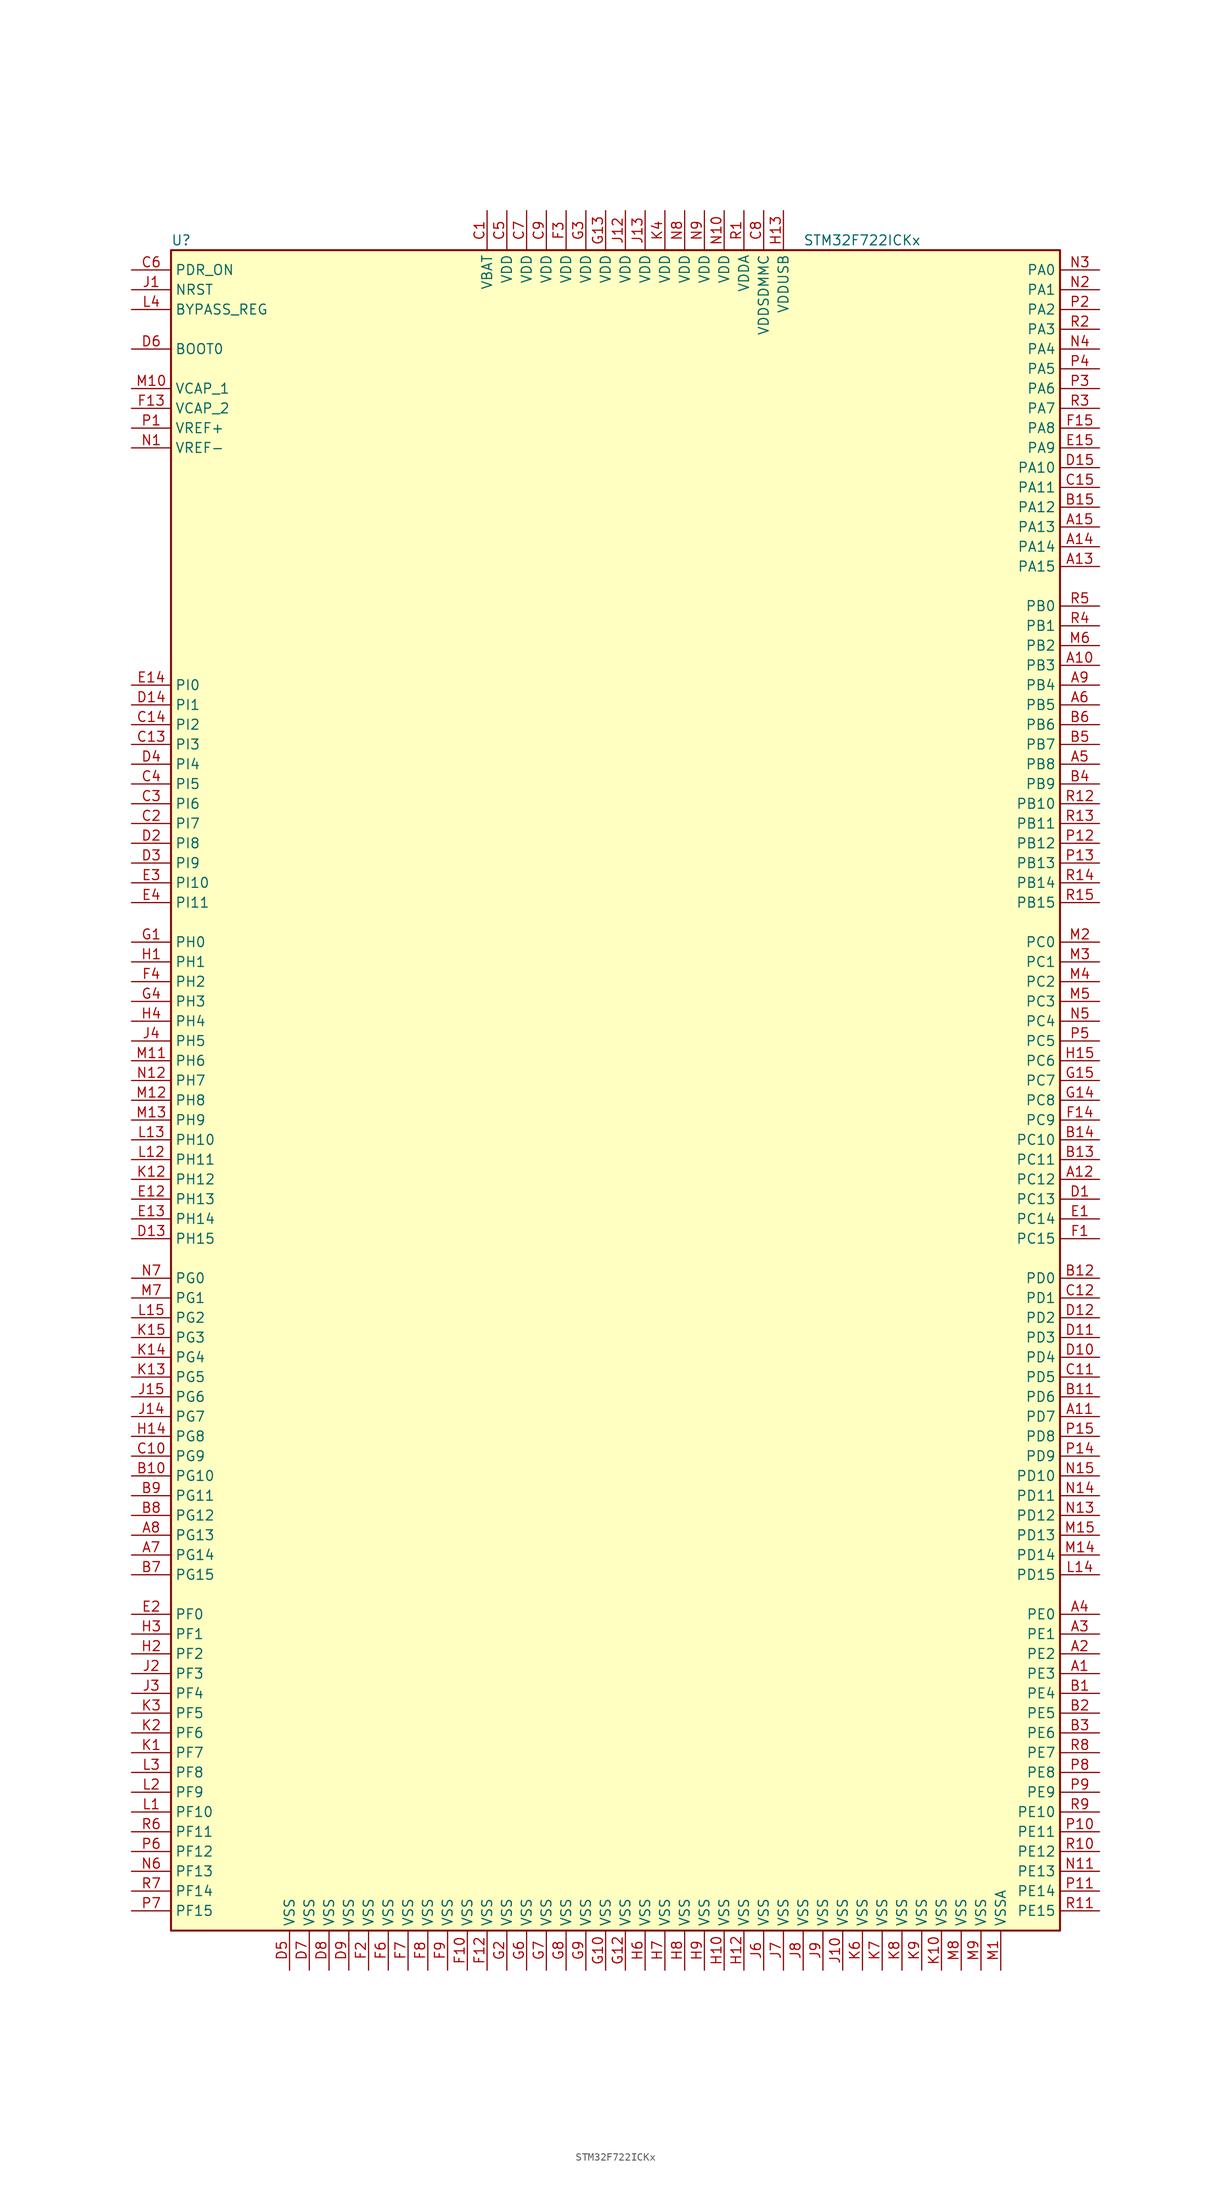
<source format=kicad_sym>
(kicad_symbol_lib
  (version 20201005)
  (generator kicad_symbol_editor)
  (symbol "MCU_ST_STM32F7:STM32F722ICKx"
    (property "Reference" "U"
      (at -58.42 107.95 0)
      (effects (font (size 1.27 1.27)) (justify left)))
    (property "Value" "STM32F722ICKx"
      (at 22.86 107.95 0)
      (effects (font (size 1.27 1.27)) (justify left)))
    (symbol "STM32F722ICKx_0_1"
      (rectangle (start -58.42 -109.22) (end 55.88 106.68) (stroke (width 0.254)) (fill (type background))))
    (symbol "STM32F722ICKx_1_1"
      (pin input line (at -63.5 93.98 0) (length 5.08) (name "BOOT0" (effects (font (size 1.27 1.27)))) (number "D6" (effects (font (size 1.27 1.27)))))
      (pin input line (at -63.5 99.06 0) (length 5.08) (name "BYPASS_REG" (effects (font (size 1.27 1.27)))) (number "L4" (effects (font (size 1.27 1.27)))))
      (pin input line (at -63.5 101.6 0) (length 5.08) (name "NRST" (effects (font (size 1.27 1.27)))) (number "J1" (effects (font (size 1.27 1.27)))))
      (pin bidirectional line (at 60.96 104.14 180) (length 5.08) (name "PA0" (effects (font (size 1.27 1.27)))) (number "N3" (effects (font (size 1.27 1.27)))))
      (pin bidirectional line (at 60.96 101.6 180) (length 5.08) (name "PA1" (effects (font (size 1.27 1.27)))) (number "N2" (effects (font (size 1.27 1.27)))))
      (pin bidirectional line (at 60.96 78.74 180) (length 5.08) (name "PA10" (effects (font (size 1.27 1.27)))) (number "D15" (effects (font (size 1.27 1.27)))))
      (pin bidirectional line (at 60.96 76.2 180) (length 5.08) (name "PA11" (effects (font (size 1.27 1.27)))) (number "C15" (effects (font (size 1.27 1.27)))))
      (pin bidirectional line (at 60.96 73.66 180) (length 5.08) (name "PA12" (effects (font (size 1.27 1.27)))) (number "B15" (effects (font (size 1.27 1.27)))))
      (pin bidirectional line (at 60.96 71.12 180) (length 5.08) (name "PA13" (effects (font (size 1.27 1.27)))) (number "A15" (effects (font (size 1.27 1.27)))))
      (pin bidirectional line (at 60.96 68.58 180) (length 5.08) (name "PA14" (effects (font (size 1.27 1.27)))) (number "A14" (effects (font (size 1.27 1.27)))))
      (pin bidirectional line (at 60.96 66.04 180) (length 5.08) (name "PA15" (effects (font (size 1.27 1.27)))) (number "A13" (effects (font (size 1.27 1.27)))))
      (pin bidirectional line (at 60.96 99.06 180) (length 5.08) (name "PA2" (effects (font (size 1.27 1.27)))) (number "P2" (effects (font (size 1.27 1.27)))))
      (pin bidirectional line (at 60.96 96.52 180) (length 5.08) (name "PA3" (effects (font (size 1.27 1.27)))) (number "R2" (effects (font (size 1.27 1.27)))))
      (pin bidirectional line (at 60.96 93.98 180) (length 5.08) (name "PA4" (effects (font (size 1.27 1.27)))) (number "N4" (effects (font (size 1.27 1.27)))))
      (pin bidirectional line (at 60.96 91.44 180) (length 5.08) (name "PA5" (effects (font (size 1.27 1.27)))) (number "P4" (effects (font (size 1.27 1.27)))))
      (pin bidirectional line (at 60.96 88.9 180) (length 5.08) (name "PA6" (effects (font (size 1.27 1.27)))) (number "P3" (effects (font (size 1.27 1.27)))))
      (pin bidirectional line (at 60.96 86.36 180) (length 5.08) (name "PA7" (effects (font (size 1.27 1.27)))) (number "R3" (effects (font (size 1.27 1.27)))))
      (pin bidirectional line (at 60.96 83.82 180) (length 5.08) (name "PA8" (effects (font (size 1.27 1.27)))) (number "F15" (effects (font (size 1.27 1.27)))))
      (pin bidirectional line (at 60.96 81.28 180) (length 5.08) (name "PA9" (effects (font (size 1.27 1.27)))) (number "E15" (effects (font (size 1.27 1.27)))))
      (pin bidirectional line (at 60.96 60.96 180) (length 5.08) (name "PB0" (effects (font (size 1.27 1.27)))) (number "R5" (effects (font (size 1.27 1.27)))))
      (pin bidirectional line (at 60.96 58.42 180) (length 5.08) (name "PB1" (effects (font (size 1.27 1.27)))) (number "R4" (effects (font (size 1.27 1.27)))))
      (pin bidirectional line (at 60.96 35.56 180) (length 5.08) (name "PB10" (effects (font (size 1.27 1.27)))) (number "R12" (effects (font (size 1.27 1.27)))))
      (pin bidirectional line (at 60.96 33.02 180) (length 5.08) (name "PB11" (effects (font (size 1.27 1.27)))) (number "R13" (effects (font (size 1.27 1.27)))))
      (pin bidirectional line (at 60.96 30.48 180) (length 5.08) (name "PB12" (effects (font (size 1.27 1.27)))) (number "P12" (effects (font (size 1.27 1.27)))))
      (pin bidirectional line (at 60.96 27.94 180) (length 5.08) (name "PB13" (effects (font (size 1.27 1.27)))) (number "P13" (effects (font (size 1.27 1.27)))))
      (pin bidirectional line (at 60.96 25.4 180) (length 5.08) (name "PB14" (effects (font (size 1.27 1.27)))) (number "R14" (effects (font (size 1.27 1.27)))))
      (pin bidirectional line (at 60.96 22.86 180) (length 5.08) (name "PB15" (effects (font (size 1.27 1.27)))) (number "R15" (effects (font (size 1.27 1.27)))))
      (pin bidirectional line (at 60.96 55.88 180) (length 5.08) (name "PB2" (effects (font (size 1.27 1.27)))) (number "M6" (effects (font (size 1.27 1.27)))))
      (pin bidirectional line (at 60.96 53.34 180) (length 5.08) (name "PB3" (effects (font (size 1.27 1.27)))) (number "A10" (effects (font (size 1.27 1.27)))))
      (pin bidirectional line (at 60.96 50.8 180) (length 5.08) (name "PB4" (effects (font (size 1.27 1.27)))) (number "A9" (effects (font (size 1.27 1.27)))))
      (pin bidirectional line (at 60.96 48.26 180) (length 5.08) (name "PB5" (effects (font (size 1.27 1.27)))) (number "A6" (effects (font (size 1.27 1.27)))))
      (pin bidirectional line (at 60.96 45.72 180) (length 5.08) (name "PB6" (effects (font (size 1.27 1.27)))) (number "B6" (effects (font (size 1.27 1.27)))))
      (pin bidirectional line (at 60.96 43.18 180) (length 5.08) (name "PB7" (effects (font (size 1.27 1.27)))) (number "B5" (effects (font (size 1.27 1.27)))))
      (pin bidirectional line (at 60.96 40.64 180) (length 5.08) (name "PB8" (effects (font (size 1.27 1.27)))) (number "A5" (effects (font (size 1.27 1.27)))))
      (pin bidirectional line (at 60.96 38.1 180) (length 5.08) (name "PB9" (effects (font (size 1.27 1.27)))) (number "B4" (effects (font (size 1.27 1.27)))))
      (pin bidirectional line (at 60.96 17.78 180) (length 5.08) (name "PC0" (effects (font (size 1.27 1.27)))) (number "M2" (effects (font (size 1.27 1.27)))))
      (pin bidirectional line (at 60.96 15.24 180) (length 5.08) (name "PC1" (effects (font (size 1.27 1.27)))) (number "M3" (effects (font (size 1.27 1.27)))))
      (pin bidirectional line (at 60.96 -7.62 180) (length 5.08) (name "PC10" (effects (font (size 1.27 1.27)))) (number "B14" (effects (font (size 1.27 1.27)))))
      (pin bidirectional line (at 60.96 -10.16 180) (length 5.08) (name "PC11" (effects (font (size 1.27 1.27)))) (number "B13" (effects (font (size 1.27 1.27)))))
      (pin bidirectional line (at 60.96 -12.7 180) (length 5.08) (name "PC12" (effects (font (size 1.27 1.27)))) (number "A12" (effects (font (size 1.27 1.27)))))
      (pin bidirectional line (at 60.96 -15.24 180) (length 5.08) (name "PC13" (effects (font (size 1.27 1.27)))) (number "D1" (effects (font (size 1.27 1.27)))))
      (pin bidirectional line (at 60.96 -17.78 180) (length 5.08) (name "PC14" (effects (font (size 1.27 1.27)))) (number "E1" (effects (font (size 1.27 1.27)))))
      (pin bidirectional line (at 60.96 -20.32 180) (length 5.08) (name "PC15" (effects (font (size 1.27 1.27)))) (number "F1" (effects (font (size 1.27 1.27)))))
      (pin bidirectional line (at 60.96 12.7 180) (length 5.08) (name "PC2" (effects (font (size 1.27 1.27)))) (number "M4" (effects (font (size 1.27 1.27)))))
      (pin bidirectional line (at 60.96 10.16 180) (length 5.08) (name "PC3" (effects (font (size 1.27 1.27)))) (number "M5" (effects (font (size 1.27 1.27)))))
      (pin bidirectional line (at 60.96 7.62 180) (length 5.08) (name "PC4" (effects (font (size 1.27 1.27)))) (number "N5" (effects (font (size 1.27 1.27)))))
      (pin bidirectional line (at 60.96 5.08 180) (length 5.08) (name "PC5" (effects (font (size 1.27 1.27)))) (number "P5" (effects (font (size 1.27 1.27)))))
      (pin bidirectional line (at 60.96 2.54 180) (length 5.08) (name "PC6" (effects (font (size 1.27 1.27)))) (number "H15" (effects (font (size 1.27 1.27)))))
      (pin bidirectional line (at 60.96 0 180) (length 5.08) (name "PC7" (effects (font (size 1.27 1.27)))) (number "G15" (effects (font (size 1.27 1.27)))))
      (pin bidirectional line (at 60.96 -2.54 180) (length 5.08) (name "PC8" (effects (font (size 1.27 1.27)))) (number "G14" (effects (font (size 1.27 1.27)))))
      (pin bidirectional line (at 60.96 -5.08 180) (length 5.08) (name "PC9" (effects (font (size 1.27 1.27)))) (number "F14" (effects (font (size 1.27 1.27)))))
      (pin bidirectional line (at 60.96 -25.4 180) (length 5.08) (name "PD0" (effects (font (size 1.27 1.27)))) (number "B12" (effects (font (size 1.27 1.27)))))
      (pin bidirectional line (at 60.96 -27.94 180) (length 5.08) (name "PD1" (effects (font (size 1.27 1.27)))) (number "C12" (effects (font (size 1.27 1.27)))))
      (pin bidirectional line (at 60.96 -50.8 180) (length 5.08) (name "PD10" (effects (font (size 1.27 1.27)))) (number "N15" (effects (font (size 1.27 1.27)))))
      (pin bidirectional line (at 60.96 -53.34 180) (length 5.08) (name "PD11" (effects (font (size 1.27 1.27)))) (number "N14" (effects (font (size 1.27 1.27)))))
      (pin bidirectional line (at 60.96 -55.88 180) (length 5.08) (name "PD12" (effects (font (size 1.27 1.27)))) (number "N13" (effects (font (size 1.27 1.27)))))
      (pin bidirectional line (at 60.96 -58.42 180) (length 5.08) (name "PD13" (effects (font (size 1.27 1.27)))) (number "M15" (effects (font (size 1.27 1.27)))))
      (pin bidirectional line (at 60.96 -60.96 180) (length 5.08) (name "PD14" (effects (font (size 1.27 1.27)))) (number "M14" (effects (font (size 1.27 1.27)))))
      (pin bidirectional line (at 60.96 -63.5 180) (length 5.08) (name "PD15" (effects (font (size 1.27 1.27)))) (number "L14" (effects (font (size 1.27 1.27)))))
      (pin bidirectional line (at 60.96 -30.48 180) (length 5.08) (name "PD2" (effects (font (size 1.27 1.27)))) (number "D12" (effects (font (size 1.27 1.27)))))
      (pin bidirectional line (at 60.96 -33.02 180) (length 5.08) (name "PD3" (effects (font (size 1.27 1.27)))) (number "D11" (effects (font (size 1.27 1.27)))))
      (pin bidirectional line (at 60.96 -35.56 180) (length 5.08) (name "PD4" (effects (font (size 1.27 1.27)))) (number "D10" (effects (font (size 1.27 1.27)))))
      (pin bidirectional line (at 60.96 -38.1 180) (length 5.08) (name "PD5" (effects (font (size 1.27 1.27)))) (number "C11" (effects (font (size 1.27 1.27)))))
      (pin bidirectional line (at 60.96 -40.64 180) (length 5.08) (name "PD6" (effects (font (size 1.27 1.27)))) (number "B11" (effects (font (size 1.27 1.27)))))
      (pin bidirectional line (at 60.96 -43.18 180) (length 5.08) (name "PD7" (effects (font (size 1.27 1.27)))) (number "A11" (effects (font (size 1.27 1.27)))))
      (pin bidirectional line (at 60.96 -45.72 180) (length 5.08) (name "PD8" (effects (font (size 1.27 1.27)))) (number "P15" (effects (font (size 1.27 1.27)))))
      (pin bidirectional line (at 60.96 -48.26 180) (length 5.08) (name "PD9" (effects (font (size 1.27 1.27)))) (number "P14" (effects (font (size 1.27 1.27)))))
      (pin input line (at -63.5 104.14 0) (length 5.08) (name "PDR_ON" (effects (font (size 1.27 1.27)))) (number "C6" (effects (font (size 1.27 1.27)))))
      (pin bidirectional line (at 60.96 -68.58 180) (length 5.08) (name "PE0" (effects (font (size 1.27 1.27)))) (number "A4" (effects (font (size 1.27 1.27)))))
      (pin bidirectional line (at 60.96 -71.12 180) (length 5.08) (name "PE1" (effects (font (size 1.27 1.27)))) (number "A3" (effects (font (size 1.27 1.27)))))
      (pin bidirectional line (at 60.96 -93.98 180) (length 5.08) (name "PE10" (effects (font (size 1.27 1.27)))) (number "R9" (effects (font (size 1.27 1.27)))))
      (pin bidirectional line (at 60.96 -96.52 180) (length 5.08) (name "PE11" (effects (font (size 1.27 1.27)))) (number "P10" (effects (font (size 1.27 1.27)))))
      (pin bidirectional line (at 60.96 -99.06 180) (length 5.08) (name "PE12" (effects (font (size 1.27 1.27)))) (number "R10" (effects (font (size 1.27 1.27)))))
      (pin bidirectional line (at 60.96 -101.6 180) (length 5.08) (name "PE13" (effects (font (size 1.27 1.27)))) (number "N11" (effects (font (size 1.27 1.27)))))
      (pin bidirectional line (at 60.96 -104.14 180) (length 5.08) (name "PE14" (effects (font (size 1.27 1.27)))) (number "P11" (effects (font (size 1.27 1.27)))))
      (pin bidirectional line (at 60.96 -106.68 180) (length 5.08) (name "PE15" (effects (font (size 1.27 1.27)))) (number "R11" (effects (font (size 1.27 1.27)))))
      (pin bidirectional line (at 60.96 -73.66 180) (length 5.08) (name "PE2" (effects (font (size 1.27 1.27)))) (number "A2" (effects (font (size 1.27 1.27)))))
      (pin bidirectional line (at 60.96 -76.2 180) (length 5.08) (name "PE3" (effects (font (size 1.27 1.27)))) (number "A1" (effects (font (size 1.27 1.27)))))
      (pin bidirectional line (at 60.96 -78.74 180) (length 5.08) (name "PE4" (effects (font (size 1.27 1.27)))) (number "B1" (effects (font (size 1.27 1.27)))))
      (pin bidirectional line (at 60.96 -81.28 180) (length 5.08) (name "PE5" (effects (font (size 1.27 1.27)))) (number "B2" (effects (font (size 1.27 1.27)))))
      (pin bidirectional line (at 60.96 -83.82 180) (length 5.08) (name "PE6" (effects (font (size 1.27 1.27)))) (number "B3" (effects (font (size 1.27 1.27)))))
      (pin bidirectional line (at 60.96 -86.36 180) (length 5.08) (name "PE7" (effects (font (size 1.27 1.27)))) (number "R8" (effects (font (size 1.27 1.27)))))
      (pin bidirectional line (at 60.96 -88.9 180) (length 5.08) (name "PE8" (effects (font (size 1.27 1.27)))) (number "P8" (effects (font (size 1.27 1.27)))))
      (pin bidirectional line (at 60.96 -91.44 180) (length 5.08) (name "PE9" (effects (font (size 1.27 1.27)))) (number "P9" (effects (font (size 1.27 1.27)))))
      (pin bidirectional line (at -63.5 -68.58 0) (length 5.08) (name "PF0" (effects (font (size 1.27 1.27)))) (number "E2" (effects (font (size 1.27 1.27)))))
      (pin bidirectional line (at -63.5 -71.12 0) (length 5.08) (name "PF1" (effects (font (size 1.27 1.27)))) (number "H3" (effects (font (size 1.27 1.27)))))
      (pin bidirectional line (at -63.5 -93.98 0) (length 5.08) (name "PF10" (effects (font (size 1.27 1.27)))) (number "L1" (effects (font (size 1.27 1.27)))))
      (pin bidirectional line (at -63.5 -96.52 0) (length 5.08) (name "PF11" (effects (font (size 1.27 1.27)))) (number "R6" (effects (font (size 1.27 1.27)))))
      (pin bidirectional line (at -63.5 -99.06 0) (length 5.08) (name "PF12" (effects (font (size 1.27 1.27)))) (number "P6" (effects (font (size 1.27 1.27)))))
      (pin bidirectional line (at -63.5 -101.6 0) (length 5.08) (name "PF13" (effects (font (size 1.27 1.27)))) (number "N6" (effects (font (size 1.27 1.27)))))
      (pin bidirectional line (at -63.5 -104.14 0) (length 5.08) (name "PF14" (effects (font (size 1.27 1.27)))) (number "R7" (effects (font (size 1.27 1.27)))))
      (pin bidirectional line (at -63.5 -106.68 0) (length 5.08) (name "PF15" (effects (font (size 1.27 1.27)))) (number "P7" (effects (font (size 1.27 1.27)))))
      (pin bidirectional line (at -63.5 -73.66 0) (length 5.08) (name "PF2" (effects (font (size 1.27 1.27)))) (number "H2" (effects (font (size 1.27 1.27)))))
      (pin bidirectional line (at -63.5 -76.2 0) (length 5.08) (name "PF3" (effects (font (size 1.27 1.27)))) (number "J2" (effects (font (size 1.27 1.27)))))
      (pin bidirectional line (at -63.5 -78.74 0) (length 5.08) (name "PF4" (effects (font (size 1.27 1.27)))) (number "J3" (effects (font (size 1.27 1.27)))))
      (pin bidirectional line (at -63.5 -81.28 0) (length 5.08) (name "PF5" (effects (font (size 1.27 1.27)))) (number "K3" (effects (font (size 1.27 1.27)))))
      (pin bidirectional line (at -63.5 -83.82 0) (length 5.08) (name "PF6" (effects (font (size 1.27 1.27)))) (number "K2" (effects (font (size 1.27 1.27)))))
      (pin bidirectional line (at -63.5 -86.36 0) (length 5.08) (name "PF7" (effects (font (size 1.27 1.27)))) (number "K1" (effects (font (size 1.27 1.27)))))
      (pin bidirectional line (at -63.5 -88.9 0) (length 5.08) (name "PF8" (effects (font (size 1.27 1.27)))) (number "L3" (effects (font (size 1.27 1.27)))))
      (pin bidirectional line (at -63.5 -91.44 0) (length 5.08) (name "PF9" (effects (font (size 1.27 1.27)))) (number "L2" (effects (font (size 1.27 1.27)))))
      (pin bidirectional line (at -63.5 -25.4 0) (length 5.08) (name "PG0" (effects (font (size 1.27 1.27)))) (number "N7" (effects (font (size 1.27 1.27)))))
      (pin bidirectional line (at -63.5 -27.94 0) (length 5.08) (name "PG1" (effects (font (size 1.27 1.27)))) (number "M7" (effects (font (size 1.27 1.27)))))
      (pin bidirectional line (at -63.5 -50.8 0) (length 5.08) (name "PG10" (effects (font (size 1.27 1.27)))) (number "B10" (effects (font (size 1.27 1.27)))))
      (pin bidirectional line (at -63.5 -53.34 0) (length 5.08) (name "PG11" (effects (font (size 1.27 1.27)))) (number "B9" (effects (font (size 1.27 1.27)))))
      (pin bidirectional line (at -63.5 -55.88 0) (length 5.08) (name "PG12" (effects (font (size 1.27 1.27)))) (number "B8" (effects (font (size 1.27 1.27)))))
      (pin bidirectional line (at -63.5 -58.42 0) (length 5.08) (name "PG13" (effects (font (size 1.27 1.27)))) (number "A8" (effects (font (size 1.27 1.27)))))
      (pin bidirectional line (at -63.5 -60.96 0) (length 5.08) (name "PG14" (effects (font (size 1.27 1.27)))) (number "A7" (effects (font (size 1.27 1.27)))))
      (pin bidirectional line (at -63.5 -63.5 0) (length 5.08) (name "PG15" (effects (font (size 1.27 1.27)))) (number "B7" (effects (font (size 1.27 1.27)))))
      (pin bidirectional line (at -63.5 -30.48 0) (length 5.08) (name "PG2" (effects (font (size 1.27 1.27)))) (number "L15" (effects (font (size 1.27 1.27)))))
      (pin bidirectional line (at -63.5 -33.02 0) (length 5.08) (name "PG3" (effects (font (size 1.27 1.27)))) (number "K15" (effects (font (size 1.27 1.27)))))
      (pin bidirectional line (at -63.5 -35.56 0) (length 5.08) (name "PG4" (effects (font (size 1.27 1.27)))) (number "K14" (effects (font (size 1.27 1.27)))))
      (pin bidirectional line (at -63.5 -38.1 0) (length 5.08) (name "PG5" (effects (font (size 1.27 1.27)))) (number "K13" (effects (font (size 1.27 1.27)))))
      (pin bidirectional line (at -63.5 -40.64 0) (length 5.08) (name "PG6" (effects (font (size 1.27 1.27)))) (number "J15" (effects (font (size 1.27 1.27)))))
      (pin bidirectional line (at -63.5 -43.18 0) (length 5.08) (name "PG7" (effects (font (size 1.27 1.27)))) (number "J14" (effects (font (size 1.27 1.27)))))
      (pin bidirectional line (at -63.5 -45.72 0) (length 5.08) (name "PG8" (effects (font (size 1.27 1.27)))) (number "H14" (effects (font (size 1.27 1.27)))))
      (pin bidirectional line (at -63.5 -48.26 0) (length 5.08) (name "PG9" (effects (font (size 1.27 1.27)))) (number "C10" (effects (font (size 1.27 1.27)))))
      (pin input line (at -63.5 17.78 0) (length 5.08) (name "PH0" (effects (font (size 1.27 1.27)))) (number "G1" (effects (font (size 1.27 1.27)))))
      (pin input line (at -63.5 15.24 0) (length 5.08) (name "PH1" (effects (font (size 1.27 1.27)))) (number "H1" (effects (font (size 1.27 1.27)))))
      (pin bidirectional line (at -63.5 -7.62 0) (length 5.08) (name "PH10" (effects (font (size 1.27 1.27)))) (number "L13" (effects (font (size 1.27 1.27)))))
      (pin bidirectional line (at -63.5 -10.16 0) (length 5.08) (name "PH11" (effects (font (size 1.27 1.27)))) (number "L12" (effects (font (size 1.27 1.27)))))
      (pin bidirectional line (at -63.5 -12.7 0) (length 5.08) (name "PH12" (effects (font (size 1.27 1.27)))) (number "K12" (effects (font (size 1.27 1.27)))))
      (pin bidirectional line (at -63.5 -15.24 0) (length 5.08) (name "PH13" (effects (font (size 1.27 1.27)))) (number "E12" (effects (font (size 1.27 1.27)))))
      (pin bidirectional line (at -63.5 -17.78 0) (length 5.08) (name "PH14" (effects (font (size 1.27 1.27)))) (number "E13" (effects (font (size 1.27 1.27)))))
      (pin bidirectional line (at -63.5 -20.32 0) (length 5.08) (name "PH15" (effects (font (size 1.27 1.27)))) (number "D13" (effects (font (size 1.27 1.27)))))
      (pin bidirectional line (at -63.5 12.7 0) (length 5.08) (name "PH2" (effects (font (size 1.27 1.27)))) (number "F4" (effects (font (size 1.27 1.27)))))
      (pin bidirectional line (at -63.5 10.16 0) (length 5.08) (name "PH3" (effects (font (size 1.27 1.27)))) (number "G4" (effects (font (size 1.27 1.27)))))
      (pin bidirectional line (at -63.5 7.62 0) (length 5.08) (name "PH4" (effects (font (size 1.27 1.27)))) (number "H4" (effects (font (size 1.27 1.27)))))
      (pin bidirectional line (at -63.5 5.08 0) (length 5.08) (name "PH5" (effects (font (size 1.27 1.27)))) (number "J4" (effects (font (size 1.27 1.27)))))
      (pin bidirectional line (at -63.5 2.54 0) (length 5.08) (name "PH6" (effects (font (size 1.27 1.27)))) (number "M11" (effects (font (size 1.27 1.27)))))
      (pin bidirectional line (at -63.5 0 0) (length 5.08) (name "PH7" (effects (font (size 1.27 1.27)))) (number "N12" (effects (font (size 1.27 1.27)))))
      (pin bidirectional line (at -63.5 -2.54 0) (length 5.08) (name "PH8" (effects (font (size 1.27 1.27)))) (number "M12" (effects (font (size 1.27 1.27)))))
      (pin bidirectional line (at -63.5 -5.08 0) (length 5.08) (name "PH9" (effects (font (size 1.27 1.27)))) (number "M13" (effects (font (size 1.27 1.27)))))
      (pin bidirectional line (at -63.5 50.8 0) (length 5.08) (name "PI0" (effects (font (size 1.27 1.27)))) (number "E14" (effects (font (size 1.27 1.27)))))
      (pin bidirectional line (at -63.5 48.26 0) (length 5.08) (name "PI1" (effects (font (size 1.27 1.27)))) (number "D14" (effects (font (size 1.27 1.27)))))
      (pin bidirectional line (at -63.5 25.4 0) (length 5.08) (name "PI10" (effects (font (size 1.27 1.27)))) (number "E3" (effects (font (size 1.27 1.27)))))
      (pin bidirectional line (at -63.5 22.86 0) (length 5.08) (name "PI11" (effects (font (size 1.27 1.27)))) (number "E4" (effects (font (size 1.27 1.27)))))
      (pin bidirectional line (at -63.5 45.72 0) (length 5.08) (name "PI2" (effects (font (size 1.27 1.27)))) (number "C14" (effects (font (size 1.27 1.27)))))
      (pin bidirectional line (at -63.5 43.18 0) (length 5.08) (name "PI3" (effects (font (size 1.27 1.27)))) (number "C13" (effects (font (size 1.27 1.27)))))
      (pin bidirectional line (at -63.5 40.64 0) (length 5.08) (name "PI4" (effects (font (size 1.27 1.27)))) (number "D4" (effects (font (size 1.27 1.27)))))
      (pin bidirectional line (at -63.5 38.1 0) (length 5.08) (name "PI5" (effects (font (size 1.27 1.27)))) (number "C4" (effects (font (size 1.27 1.27)))))
      (pin bidirectional line (at -63.5 35.56 0) (length 5.08) (name "PI6" (effects (font (size 1.27 1.27)))) (number "C3" (effects (font (size 1.27 1.27)))))
      (pin bidirectional line (at -63.5 33.02 0) (length 5.08) (name "PI7" (effects (font (size 1.27 1.27)))) (number "C2" (effects (font (size 1.27 1.27)))))
      (pin bidirectional line (at -63.5 30.48 0) (length 5.08) (name "PI8" (effects (font (size 1.27 1.27)))) (number "D2" (effects (font (size 1.27 1.27)))))
      (pin bidirectional line (at -63.5 27.94 0) (length 5.08) (name "PI9" (effects (font (size 1.27 1.27)))) (number "D3" (effects (font (size 1.27 1.27)))))
      (pin power_in line (at -17.78 111.76 270) (length 5.08) (name "VBAT" (effects (font (size 1.27 1.27)))) (number "C1" (effects (font (size 1.27 1.27)))))
      (pin power_in line (at -63.5 88.9 0) (length 5.08) (name "VCAP_1" (effects (font (size 1.27 1.27)))) (number "M10" (effects (font (size 1.27 1.27)))))
      (pin power_in line (at -63.5 86.36 0) (length 5.08) (name "VCAP_2" (effects (font (size 1.27 1.27)))) (number "F13" (effects (font (size 1.27 1.27)))))
      (pin power_in line (at -15.24 111.76 270) (length 5.08) (name "VDD" (effects (font (size 1.27 1.27)))) (number "C5" (effects (font (size 1.27 1.27)))))
      (pin power_in line (at -12.7 111.76 270) (length 5.08) (name "VDD" (effects (font (size 1.27 1.27)))) (number "C7" (effects (font (size 1.27 1.27)))))
      (pin power_in line (at -10.16 111.76 270) (length 5.08) (name "VDD" (effects (font (size 1.27 1.27)))) (number "C9" (effects (font (size 1.27 1.27)))))
      (pin power_in line (at -7.62 111.76 270) (length 5.08) (name "VDD" (effects (font (size 1.27 1.27)))) (number "F3" (effects (font (size 1.27 1.27)))))
      (pin power_in line (at -2.54 111.76 270) (length 5.08) (name "VDD" (effects (font (size 1.27 1.27)))) (number "G13" (effects (font (size 1.27 1.27)))))
      (pin power_in line (at -5.08 111.76 270) (length 5.08) (name "VDD" (effects (font (size 1.27 1.27)))) (number "G3" (effects (font (size 1.27 1.27)))))
      (pin power_in line (at 0 111.76 270) (length 5.08) (name "VDD" (effects (font (size 1.27 1.27)))) (number "J12" (effects (font (size 1.27 1.27)))))
      (pin power_in line (at 2.54 111.76 270) (length 5.08) (name "VDD" (effects (font (size 1.27 1.27)))) (number "J13" (effects (font (size 1.27 1.27)))))
      (pin power_in line (at 5.08 111.76 270) (length 5.08) (name "VDD" (effects (font (size 1.27 1.27)))) (number "K4" (effects (font (size 1.27 1.27)))))
      (pin power_in line (at 12.7 111.76 270) (length 5.08) (name "VDD" (effects (font (size 1.27 1.27)))) (number "N10" (effects (font (size 1.27 1.27)))))
      (pin power_in line (at 7.62 111.76 270) (length 5.08) (name "VDD" (effects (font (size 1.27 1.27)))) (number "N8" (effects (font (size 1.27 1.27)))))
      (pin power_in line (at 10.16 111.76 270) (length 5.08) (name "VDD" (effects (font (size 1.27 1.27)))) (number "N9" (effects (font (size 1.27 1.27)))))
      (pin power_in line (at 15.24 111.76 270) (length 5.08) (name "VDDA" (effects (font (size 1.27 1.27)))) (number "R1" (effects (font (size 1.27 1.27)))))
      (pin power_in line (at 17.78 111.76 270) (length 5.08) (name "VDDSDMMC" (effects (font (size 1.27 1.27)))) (number "C8" (effects (font (size 1.27 1.27)))))
      (pin power_in line (at 20.32 111.76 270) (length 5.08) (name "VDDUSB" (effects (font (size 1.27 1.27)))) (number "H13" (effects (font (size 1.27 1.27)))))
      (pin power_in line (at -63.5 83.82 0) (length 5.08) (name "VREF+" (effects (font (size 1.27 1.27)))) (number "P1" (effects (font (size 1.27 1.27)))))
      (pin power_in line (at -63.5 81.28 0) (length 5.08) (name "VREF-" (effects (font (size 1.27 1.27)))) (number "N1" (effects (font (size 1.27 1.27)))))
      (pin power_in line (at -43.18 -114.3 90) (length 5.08) (name "VSS" (effects (font (size 1.27 1.27)))) (number "D5" (effects (font (size 1.27 1.27)))))
      (pin power_in line (at -40.64 -114.3 90) (length 5.08) (name "VSS" (effects (font (size 1.27 1.27)))) (number "D7" (effects (font (size 1.27 1.27)))))
      (pin power_in line (at -38.1 -114.3 90) (length 5.08) (name "VSS" (effects (font (size 1.27 1.27)))) (number "D8" (effects (font (size 1.27 1.27)))))
      (pin power_in line (at -35.56 -114.3 90) (length 5.08) (name "VSS" (effects (font (size 1.27 1.27)))) (number "D9" (effects (font (size 1.27 1.27)))))
      (pin power_in line (at -20.32 -114.3 90) (length 5.08) (name "VSS" (effects (font (size 1.27 1.27)))) (number "F10" (effects (font (size 1.27 1.27)))))
      (pin power_in line (at -17.78 -114.3 90) (length 5.08) (name "VSS" (effects (font (size 1.27 1.27)))) (number "F12" (effects (font (size 1.27 1.27)))))
      (pin power_in line (at -33.02 -114.3 90) (length 5.08) (name "VSS" (effects (font (size 1.27 1.27)))) (number "F2" (effects (font (size 1.27 1.27)))))
      (pin power_in line (at -30.48 -114.3 90) (length 5.08) (name "VSS" (effects (font (size 1.27 1.27)))) (number "F6" (effects (font (size 1.27 1.27)))))
      (pin power_in line (at -27.94 -114.3 90) (length 5.08) (name "VSS" (effects (font (size 1.27 1.27)))) (number "F7" (effects (font (size 1.27 1.27)))))
      (pin power_in line (at -25.4 -114.3 90) (length 5.08) (name "VSS" (effects (font (size 1.27 1.27)))) (number "F8" (effects (font (size 1.27 1.27)))))
      (pin power_in line (at -22.86 -114.3 90) (length 5.08) (name "VSS" (effects (font (size 1.27 1.27)))) (number "F9" (effects (font (size 1.27 1.27)))))
      (pin power_in line (at -2.54 -114.3 90) (length 5.08) (name "VSS" (effects (font (size 1.27 1.27)))) (number "G10" (effects (font (size 1.27 1.27)))))
      (pin power_in line (at 0 -114.3 90) (length 5.08) (name "VSS" (effects (font (size 1.27 1.27)))) (number "G12" (effects (font (size 1.27 1.27)))))
      (pin power_in line (at -15.24 -114.3 90) (length 5.08) (name "VSS" (effects (font (size 1.27 1.27)))) (number "G2" (effects (font (size 1.27 1.27)))))
      (pin power_in line (at -12.7 -114.3 90) (length 5.08) (name "VSS" (effects (font (size 1.27 1.27)))) (number "G6" (effects (font (size 1.27 1.27)))))
      (pin power_in line (at -10.16 -114.3 90) (length 5.08) (name "VSS" (effects (font (size 1.27 1.27)))) (number "G7" (effects (font (size 1.27 1.27)))))
      (pin power_in line (at -7.62 -114.3 90) (length 5.08) (name "VSS" (effects (font (size 1.27 1.27)))) (number "G8" (effects (font (size 1.27 1.27)))))
      (pin power_in line (at -5.08 -114.3 90) (length 5.08) (name "VSS" (effects (font (size 1.27 1.27)))) (number "G9" (effects (font (size 1.27 1.27)))))
      (pin power_in line (at 12.7 -114.3 90) (length 5.08) (name "VSS" (effects (font (size 1.27 1.27)))) (number "H10" (effects (font (size 1.27 1.27)))))
      (pin power_in line (at 15.24 -114.3 90) (length 5.08) (name "VSS" (effects (font (size 1.27 1.27)))) (number "H12" (effects (font (size 1.27 1.27)))))
      (pin power_in line (at 2.54 -114.3 90) (length 5.08) (name "VSS" (effects (font (size 1.27 1.27)))) (number "H6" (effects (font (size 1.27 1.27)))))
      (pin power_in line (at 5.08 -114.3 90) (length 5.08) (name "VSS" (effects (font (size 1.27 1.27)))) (number "H7" (effects (font (size 1.27 1.27)))))
      (pin power_in line (at 7.62 -114.3 90) (length 5.08) (name "VSS" (effects (font (size 1.27 1.27)))) (number "H8" (effects (font (size 1.27 1.27)))))
      (pin power_in line (at 10.16 -114.3 90) (length 5.08) (name "VSS" (effects (font (size 1.27 1.27)))) (number "H9" (effects (font (size 1.27 1.27)))))
      (pin power_in line (at 27.94 -114.3 90) (length 5.08) (name "VSS" (effects (font (size 1.27 1.27)))) (number "J10" (effects (font (size 1.27 1.27)))))
      (pin power_in line (at 17.78 -114.3 90) (length 5.08) (name "VSS" (effects (font (size 1.27 1.27)))) (number "J6" (effects (font (size 1.27 1.27)))))
      (pin power_in line (at 20.32 -114.3 90) (length 5.08) (name "VSS" (effects (font (size 1.27 1.27)))) (number "J7" (effects (font (size 1.27 1.27)))))
      (pin power_in line (at 22.86 -114.3 90) (length 5.08) (name "VSS" (effects (font (size 1.27 1.27)))) (number "J8" (effects (font (size 1.27 1.27)))))
      (pin power_in line (at 25.4 -114.3 90) (length 5.08) (name "VSS" (effects (font (size 1.27 1.27)))) (number "J9" (effects (font (size 1.27 1.27)))))
      (pin power_in line (at 40.64 -114.3 90) (length 5.08) (name "VSS" (effects (font (size 1.27 1.27)))) (number "K10" (effects (font (size 1.27 1.27)))))
      (pin power_in line (at 30.48 -114.3 90) (length 5.08) (name "VSS" (effects (font (size 1.27 1.27)))) (number "K6" (effects (font (size 1.27 1.27)))))
      (pin power_in line (at 33.02 -114.3 90) (length 5.08) (name "VSS" (effects (font (size 1.27 1.27)))) (number "K7" (effects (font (size 1.27 1.27)))))
      (pin power_in line (at 35.56 -114.3 90) (length 5.08) (name "VSS" (effects (font (size 1.27 1.27)))) (number "K8" (effects (font (size 1.27 1.27)))))
      (pin power_in line (at 38.1 -114.3 90) (length 5.08) (name "VSS" (effects (font (size 1.27 1.27)))) (number "K9" (effects (font (size 1.27 1.27)))))
      (pin power_in line (at 43.18 -114.3 90) (length 5.08) (name "VSS" (effects (font (size 1.27 1.27)))) (number "M8" (effects (font (size 1.27 1.27)))))
      (pin power_in line (at 45.72 -114.3 90) (length 5.08) (name "VSS" (effects (font (size 1.27 1.27)))) (number "M9" (effects (font (size 1.27 1.27)))))
      (pin power_in line (at 48.26 -114.3 90) (length 5.08) (name "VSSA" (effects (font (size 1.27 1.27)))) (number "M1" (effects (font (size 1.27 1.27))))))))
</source>
